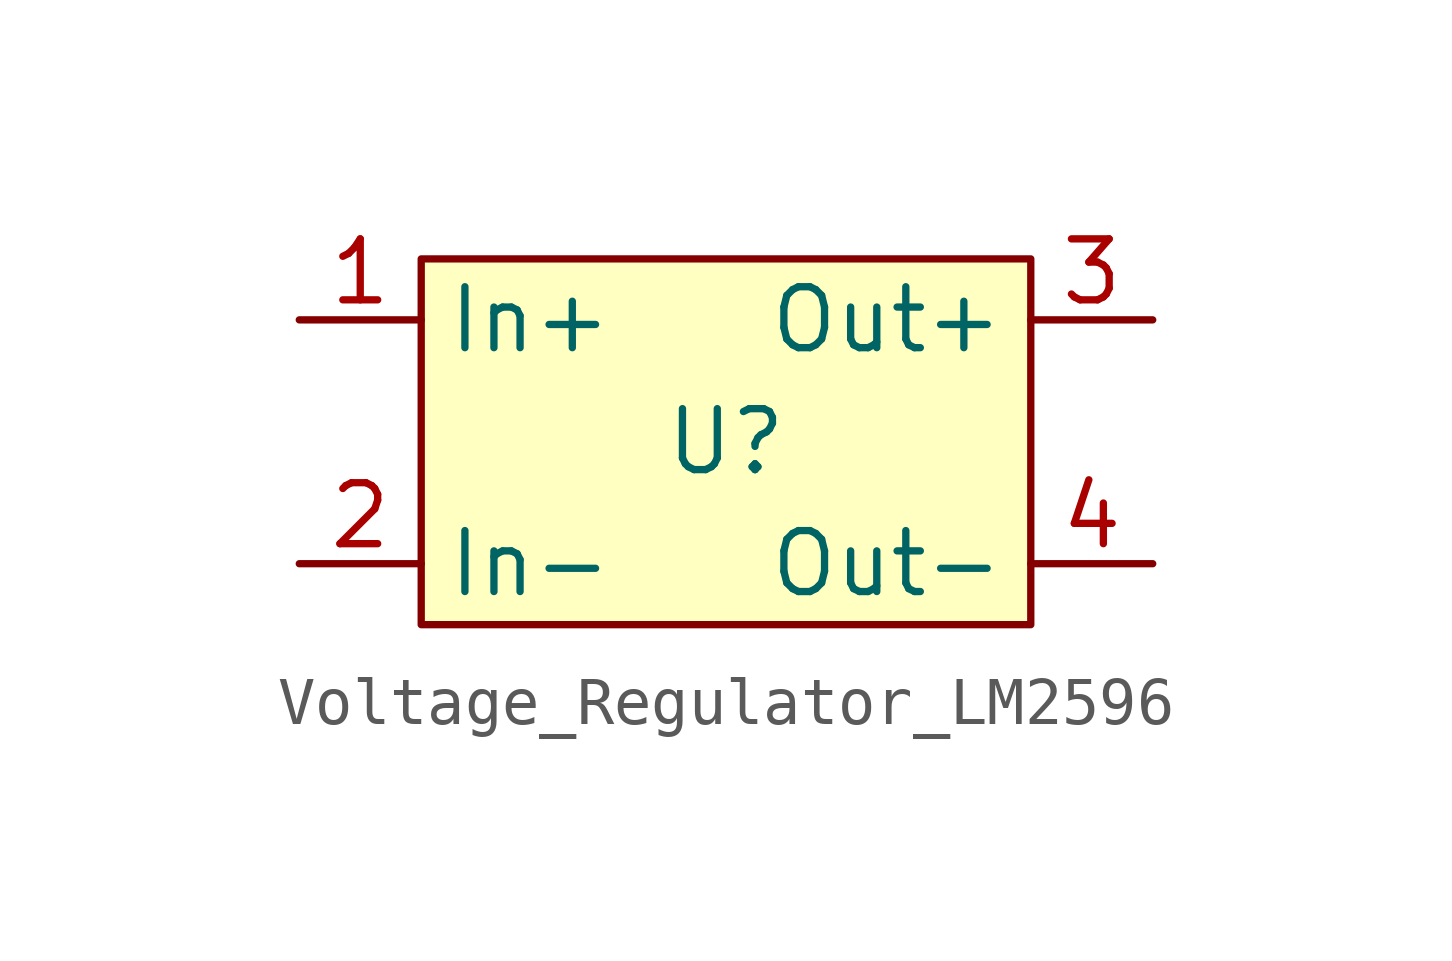
<source format=kicad_sym>
(kicad_symbol_lib
  (version 20220914)
  (generator kicad_symbol_editor)
  (symbol "Voltage_Regulator_LM2596"
    (property "Reference" "U"
      (at 0 0 0)
      (effects (font (size 1.27 1.27))))
    (property "Value" ""
      (at 0 0 0)
      (effects (font (size 1.27 1.27))))
    (symbol "Voltage_Regulator_LM2596_1_1"
      (rectangle (start -6.35 3.81) (end 6.35 -3.81) (stroke (width 0) (type default)) (fill (type background)))
      (pin power_in line (at -8.89 2.54 0) (length 2.54) (name "In+" (effects (font (size 1.27 1.27)))) (number "1" (effects (font (size 1.27 1.27)))))
      (pin power_in line (at -8.89 -2.54 0) (length 2.54) (name "In-" (effects (font (size 1.27 1.27)))) (number "2" (effects (font (size 1.27 1.27)))))
      (pin power_out line (at 8.89 2.54 180) (length 2.54) (name "Out+" (effects (font (size 1.27 1.27)))) (number "3" (effects (font (size 1.27 1.27)))))
      (pin power_out line (at 8.89 -2.54 180) (length 2.54) (name "Out-" (effects (font (size 1.27 1.27)))) (number "4" (effects (font (size 1.27 1.27))))))))
</source>
